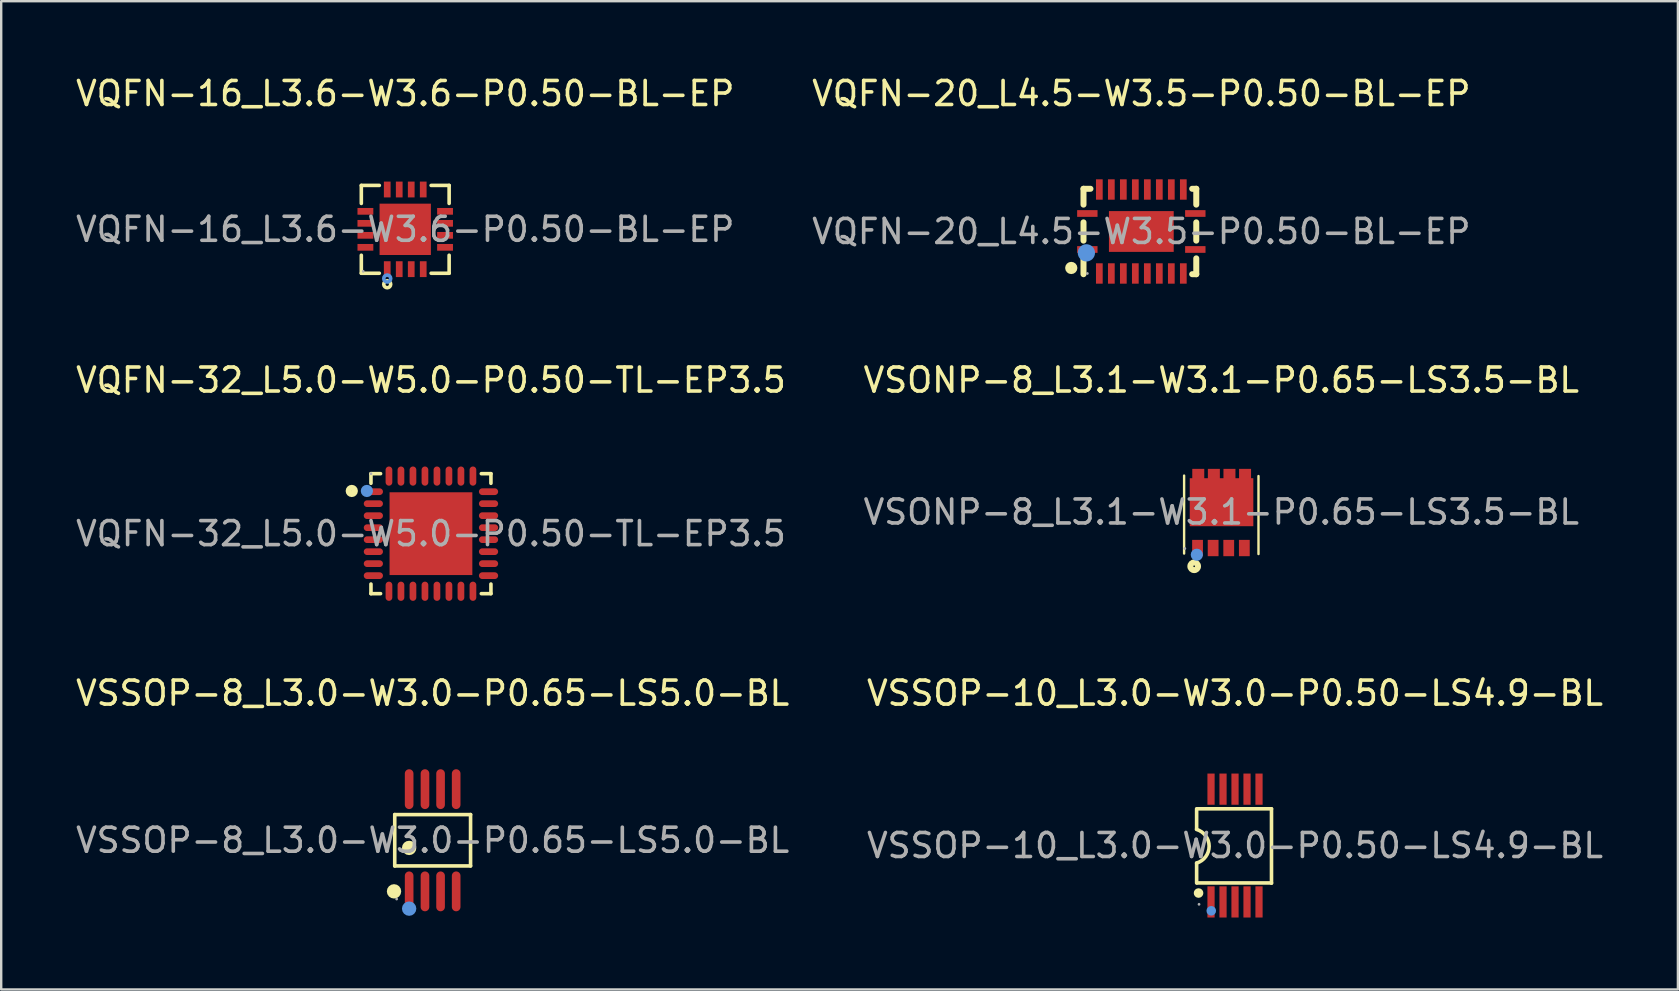
<source format=kicad_pcb>
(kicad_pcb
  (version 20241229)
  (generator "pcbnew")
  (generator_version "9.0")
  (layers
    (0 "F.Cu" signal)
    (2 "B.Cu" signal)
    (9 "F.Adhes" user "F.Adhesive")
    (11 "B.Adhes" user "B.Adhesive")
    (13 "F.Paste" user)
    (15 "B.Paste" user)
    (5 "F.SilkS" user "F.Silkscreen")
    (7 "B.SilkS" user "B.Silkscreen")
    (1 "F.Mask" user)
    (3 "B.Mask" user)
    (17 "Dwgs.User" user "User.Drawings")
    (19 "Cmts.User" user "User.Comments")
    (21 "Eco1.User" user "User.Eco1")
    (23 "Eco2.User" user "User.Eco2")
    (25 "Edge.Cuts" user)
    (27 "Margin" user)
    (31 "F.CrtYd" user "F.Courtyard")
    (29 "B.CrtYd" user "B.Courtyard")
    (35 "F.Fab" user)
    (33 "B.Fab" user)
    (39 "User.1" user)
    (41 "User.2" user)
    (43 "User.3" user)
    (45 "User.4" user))
  (footprint "VSSOP-8_L3.0-W3.0-P0.65-LS5.0-BL"
    (layer "F.Cu")
    (at 14.982 31.97)
    (property "Reference" "VSSOP-8_L3.0-W3.0-P0.65-LS5.0-BL" (at 0 -6.13 0) (layer "F.SilkS") (effects (font (size 1 1) (thickness 0.15))))
    (attr smd)
    (fp_line (start -1.58 -1.07) (end 1.58 -1.07) (stroke (width 0.15) (type solid)) (layer "F.SilkS"))
    (fp_line (start -1.58 1.07) (end -1.58 -1.07) (stroke (width 0.15) (type solid)) (layer "F.SilkS"))
    (fp_line (start 1.58 -1.07) (end 1.58 1.07) (stroke (width 0.15) (type solid)) (layer "F.SilkS"))
    (fp_line (start 1.58 1.07) (end -1.58 1.07) (stroke (width 0.15) (type solid)) (layer "F.SilkS"))
    (fp_circle (center -1.61 2.13) (end -1.46 2.13) (stroke (width 0.3) (type solid)) (fill no) (layer "F.SilkS"))
    (fp_circle (center -0.98 0.32) (end -0.83 0.32) (stroke (width 0.3) (type solid)) (fill no) (layer "F.SilkS"))
    (fp_circle (center -0.98 2.85) (end -0.83 2.85) (stroke (width 0.3) (type solid)) (fill no) (layer "Cmts.User"))
    (fp_circle (center -1.5 2.45) (end -1.47 2.45) (stroke (width 0.06) (type solid)) (fill no) (layer "F.Fab"))
    (fp_text user "${REFERENCE}" (at 0 0 0) (layer "F.Fab") (effects (font (size 1 1) (thickness 0.15))))
    (pad "1" smd oval (at -0.98 2.13) (size 0.36 1.66) (layers "F.Cu" "F.Mask" "F.Paste"))
    (pad "2" smd oval (at -0.32 2.13) (size 0.36 1.66) (layers "F.Cu" "F.Mask" "F.Paste"))
    (pad "3" smd oval (at 0.33 2.13) (size 0.36 1.66) (layers "F.Cu" "F.Mask" "F.Paste"))
    (pad "4" smd oval (at 0.98 2.13) (size 0.36 1.66) (layers "F.Cu" "F.Mask" "F.Paste"))
    (pad "5" smd oval (at 0.98 -2.13) (size 0.36 1.66) (layers "F.Cu" "F.Mask" "F.Paste"))
    (pad "6" smd oval (at 0.33 -2.13) (size 0.36 1.66) (layers "F.Cu" "F.Mask" "F.Paste"))
    (pad "7" smd oval (at -0.32 -2.13) (size 0.36 1.66) (layers "F.Cu" "F.Mask" "F.Paste"))
    (pad "8" smd oval (at -0.98 -2.13) (size 0.36 1.66) (layers "F.Cu" "F.Mask" "F.Paste")))
  (footprint "VQFN-32_L5.0-W5.0-P0.50-TL-EP3.5"
    (layer "F.Cu")
    (at 14.911 19.192)
    (property "Reference" "VQFN-32_L5.0-W5.0-P0.50-TL-EP3.5" (at 0 -6.4 0) (layer "F.SilkS") (effects (font (size 1 1) (thickness 0.15))))
    (attr through_hole)
    (fp_line (start -2.5 -2.1) (end -2.5 -2.5) (stroke (width 0.15) (type solid)) (layer "F.SilkS"))
    (fp_line (start -2.5 2.1) (end -2.5 2.5) (stroke (width 0.15) (type solid)) (layer "F.SilkS"))
    (fp_line (start -2.1 -2.5) (end -2.5 -2.5) (stroke (width 0.15) (type solid)) (layer "F.SilkS"))
    (fp_line (start -2.1 2.5) (end -2.5 2.5) (stroke (width 0.15) (type solid)) (layer "F.SilkS"))
    (fp_line (start 2.1 -2.5) (end 2.5 -2.5) (stroke (width 0.15) (type solid)) (layer "F.SilkS"))
    (fp_line (start 2.1 2.5) (end 2.5 2.5) (stroke (width 0.15) (type solid)) (layer "F.SilkS"))
    (fp_line (start 2.5 -2.1) (end 2.5 -2.5) (stroke (width 0.15) (type solid)) (layer "F.SilkS"))
    (fp_line (start 2.5 2.1) (end 2.5 2.5) (stroke (width 0.15) (type solid)) (layer "F.SilkS"))
    (fp_circle (center -3.3 -1.78) (end -3.17 -1.78) (stroke (width 0.25) (type solid)) (fill no) (layer "F.SilkS"))
    (fp_circle (center -2.67 -1.78) (end -2.54 -1.78) (stroke (width 0.25) (type solid)) (fill no) (layer "Cmts.User"))
    (fp_circle (center -2.5 -2.5) (end -2.47 -2.5) (stroke (width 0.06) (type solid)) (fill no) (layer "F.Fab"))
    (fp_text user "${REFERENCE}" (at 0 0 0) (layer "F.Fab") (effects (font (size 1 1) (thickness 0.15))))
    (pad "1" smd oval (at -2.4 -1.75) (size 0.8 0.28) (layers "F.Cu" "F.Mask" "F.Paste"))
    (pad "2" smd oval (at -2.4 -1.25) (size 0.8 0.28) (layers "F.Cu" "F.Mask" "F.Paste"))
    (pad "3" smd oval (at -2.4 -0.75) (size 0.8 0.28) (layers "F.Cu" "F.Mask" "F.Paste"))
    (pad "4" smd oval (at -2.4 -0.25) (size 0.8 0.28) (layers "F.Cu" "F.Mask" "F.Paste"))
    (pad "5" smd oval (at -2.4 0.25) (size 0.8 0.28) (layers "F.Cu" "F.Mask" "F.Paste"))
    (pad "6" smd oval (at -2.4 0.75) (size 0.8 0.28) (layers "F.Cu" "F.Mask" "F.Paste"))
    (pad "7" smd oval (at -2.4 1.25) (size 0.8 0.28) (layers "F.Cu" "F.Mask" "F.Paste"))
    (pad "8" smd oval (at -2.4 1.75) (size 0.8 0.28) (layers "F.Cu" "F.Mask" "F.Paste"))
    (pad "9" smd oval (at -1.75 2.4) (size 0.28 0.8) (layers "F.Cu" "F.Mask" "F.Paste"))
    (pad "10" smd oval (at -1.25 2.4) (size 0.28 0.8) (layers "F.Cu" "F.Mask" "F.Paste"))
    (pad "11" smd oval (at -0.75 2.4) (size 0.28 0.8) (layers "F.Cu" "F.Mask" "F.Paste"))
    (pad "12" smd oval (at -0.25 2.4) (size 0.28 0.8) (layers "F.Cu" "F.Mask" "F.Paste"))
    (pad "13" smd oval (at 0.25 2.4) (size 0.28 0.8) (layers "F.Cu" "F.Mask" "F.Paste"))
    (pad "14" smd oval (at 0.75 2.4) (size 0.28 0.8) (layers "F.Cu" "F.Mask" "F.Paste"))
    (pad "15" smd oval (at 1.25 2.4) (size 0.28 0.8) (layers "F.Cu" "F.Mask" "F.Paste"))
    (pad "16" smd oval (at 1.75 2.4) (size 0.28 0.8) (layers "F.Cu" "F.Mask" "F.Paste"))
    (pad "17" smd oval (at 2.4 1.75) (size 0.8 0.28) (layers "F.Cu" "F.Mask" "F.Paste"))
    (pad "18" smd oval (at 2.4 1.25) (size 0.8 0.28) (layers "F.Cu" "F.Mask" "F.Paste"))
    (pad "19" smd oval (at 2.4 0.75) (size 0.8 0.28) (layers "F.Cu" "F.Mask" "F.Paste"))
    (pad "20" smd oval (at 2.4 0.25) (size 0.8 0.28) (layers "F.Cu" "F.Mask" "F.Paste"))
    (pad "21" smd oval (at 2.4 -0.25) (size 0.8 0.28) (layers "F.Cu" "F.Mask" "F.Paste"))
    (pad "22" smd oval (at 2.4 -0.75) (size 0.8 0.28) (layers "F.Cu" "F.Mask" "F.Paste"))
    (pad "23" smd oval (at 2.4 -1.25) (size 0.8 0.28) (layers "F.Cu" "F.Mask" "F.Paste"))
    (pad "24" smd oval (at 2.4 -1.75) (size 0.8 0.28) (layers "F.Cu" "F.Mask" "F.Paste"))
    (pad "25" smd oval (at 1.75 -2.4) (size 0.28 0.8) (layers "F.Cu" "F.Mask" "F.Paste"))
    (pad "26" smd oval (at 1.25 -2.4) (size 0.28 0.8) (layers "F.Cu" "F.Mask" "F.Paste"))
    (pad "27" smd oval (at 0.75 -2.4) (size 0.28 0.8) (layers "F.Cu" "F.Mask" "F.Paste"))
    (pad "28" smd oval (at 0.25 -2.4) (size 0.28 0.8) (layers "F.Cu" "F.Mask" "F.Paste"))
    (pad "29" smd oval (at -0.25 -2.4) (size 0.28 0.8) (layers "F.Cu" "F.Mask" "F.Paste"))
    (pad "30" smd oval (at -0.75 -2.4) (size 0.28 0.8) (layers "F.Cu" "F.Mask" "F.Paste"))
    (pad "31" smd oval (at -1.25 -2.4) (size 0.28 0.8) (layers "F.Cu" "F.Mask" "F.Paste"))
    (pad "32" smd oval (at -1.75 -2.4) (size 0.28 0.8) (layers "F.Cu" "F.Mask" "F.Paste"))
    (pad "33" smd rect (at 0 0) (size 3.45 3.45) (layers "F.Cu" "F.Mask" "F.Paste")))
  (footprint "VSONP-8_L3.1-W3.1-P0.65-LS3.5-BL"
    (layer "F.Cu")
    (at 47.851 18.291)
    (property "Reference" "VSONP-8_L3.1-W3.1-P0.65-LS3.5-BL" (at 0 -5.5 0) (layer "F.SilkS") (effects (font (size 1 1) (thickness 0.15))))
    (attr smd)
    (fp_line (start -1.55 1.73) (end -1.55 -1.52) (stroke (width 0.1) (type solid)) (layer "F.SilkS"))
    (fp_line (start 1.55 1.75) (end 1.55 -1.5) (stroke (width 0.1) (type solid)) (layer "F.SilkS"))
    (fp_circle (center -1.13 2.26) (end -0.97 2.26) (stroke (width 0.25) (type solid)) (fill no) (layer "F.SilkS"))
    (fp_circle (center -1.02 1.78) (end -0.89 1.78) (stroke (width 0.25) (type solid)) (fill no) (layer "Cmts.User"))
    (fp_circle (center -1.52 1.52) (end -1.49 1.52) (stroke (width 0.06) (type solid)) (fill no) (layer "F.Fab"))
    (fp_text user "${REFERENCE}" (at 0 0 0) (layer "F.Fab") (effects (font (size 1 1) (thickness 0.15))))
    (pad "1" smd rect (at -0.99 1.5 90) (size 0.68 0.45) (layers "F.Cu" "F.Mask" "F.Paste"))
    (pad "2" smd rect (at -0.34 1.5 90) (size 0.68 0.45) (layers "F.Cu" "F.Mask" "F.Paste"))
    (pad "3" smd rect (at 0.31 1.5 90) (size 0.68 0.45) (layers "F.Cu" "F.Mask" "F.Paste"))
    (pad "4" smd rect (at 0.96 1.5 90) (size 0.68 0.45) (layers "F.Cu" "F.Mask" "F.Paste"))
    (pad "5" smd rect (at 0.99 -1.5 90) (size 0.6 0.5) (layers "F.Cu" "F.Mask" "F.Paste"))
    (pad "6" smd rect (at 0.34 -1.5 90) (size 0.6 0.5) (layers "F.Cu" "F.Mask" "F.Paste"))
    (pad "7" smd rect (at -0.31 -1.5 90) (size 0.6 0.5) (layers "F.Cu" "F.Mask" "F.Paste"))
    (pad "8" smd rect (at -0.96 -1.5 90) (size 0.6 0.5) (layers "F.Cu" "F.Mask" "F.Paste"))
    (pad "9" smd rect (at 0.01 -0.41) (size 2.65 2) (layers "F.Cu" "F.Mask" "F.Paste")))
  (footprint "VQFN-20_L4.5-W3.5-P0.50-BL-EP"
    (layer "F.Cu")
    (at 44.518 6.598)
    (property "Reference" "VQFN-20_L4.5-W3.5-P0.50-BL-EP" (at 0 -5.75 0) (layer "F.SilkS") (effects (font (size 1 1) (thickness 0.15))))
    (attr smd)
    (fp_line (start -2.41 -1.78) (end -2.41 -1.12) (stroke (width 0.25) (type solid)) (layer "F.SilkS"))
    (fp_line (start -2.41 -1.78) (end -2.12 -1.78) (stroke (width 0.25) (type solid)) (layer "F.SilkS"))
    (fp_line (start -2.41 -0.38) (end -2.41 0.38) (stroke (width 0.25) (type solid)) (layer "F.SilkS"))
    (fp_line (start -2.41 1.12) (end -2.41 1.78) (stroke (width 0.25) (type solid)) (layer "F.SilkS"))
    (fp_line (start 2.12 -1.78) (end 2.29 -1.78) (stroke (width 0.25) (type solid)) (layer "F.SilkS"))
    (fp_line (start 2.29 -1.78) (end 2.29 -1.12) (stroke (width 0.25) (type solid)) (layer "F.SilkS"))
    (fp_line (start 2.29 -0.38) (end 2.29 0.38) (stroke (width 0.25) (type solid)) (layer "F.SilkS"))
    (fp_line (start 2.29 1.12) (end 2.29 1.78) (stroke (width 0.25) (type solid)) (layer "F.SilkS"))
    (fp_line (start 2.29 1.78) (end 2.12 1.78) (stroke (width 0.25) (type solid)) (layer "F.SilkS"))
    (fp_circle (center -2.92 1.52) (end -2.79 1.52) (stroke (width 0.25) (type solid)) (fill no) (layer "F.SilkS"))
    (fp_circle (center -2.29 0.89) (end -2.11 0.89) (stroke (width 0.36) (type solid)) (fill no) (layer "Cmts.User"))
    (fp_circle (center -2.25 1.75) (end -2.22 1.75) (stroke (width 0.06) (type solid)) (fill no) (layer "F.Fab"))
    (fp_text user "${REFERENCE}" (at 0 0 0) (layer "F.Fab") (effects (font (size 1 1) (thickness 0.15))))
    (pad "1" smd rect (at -2.25 0.75) (size 0.85 0.28) (layers "F.Cu" "F.Mask" "F.Paste"))
    (pad "2" smd rect (at -1.75 1.75) (size 0.28 0.85) (layers "F.Cu" "F.Mask" "F.Paste"))
    (pad "3" smd rect (at -1.25 1.75) (size 0.28 0.85) (layers "F.Cu" "F.Mask" "F.Paste"))
    (pad "4" smd rect (at -0.75 1.75) (size 0.28 0.85) (layers "F.Cu" "F.Mask" "F.Paste"))
    (pad "5" smd rect (at -0.25 1.75) (size 0.28 0.85) (layers "F.Cu" "F.Mask" "F.Paste"))
    (pad "6" smd rect (at 0.25 1.75) (size 0.28 0.85) (layers "F.Cu" "F.Mask" "F.Paste"))
    (pad "7" smd rect (at 0.75 1.75) (size 0.28 0.85) (layers "F.Cu" "F.Mask" "F.Paste"))
    (pad "8" smd rect (at 1.25 1.75) (size 0.28 0.85) (layers "F.Cu" "F.Mask" "F.Paste"))
    (pad "9" smd rect (at 1.75 1.75) (size 0.28 0.85) (layers "F.Cu" "F.Mask" "F.Paste"))
    (pad "10" smd rect (at 2.25 0.75) (size 0.85 0.28) (layers "F.Cu" "F.Mask" "F.Paste"))
    (pad "11" smd rect (at 2.25 -0.75) (size 0.85 0.28) (layers "F.Cu" "F.Mask" "F.Paste"))
    (pad "12" smd rect (at 1.75 -1.75) (size 0.28 0.85) (layers "F.Cu" "F.Mask" "F.Paste"))
    (pad "13" smd rect (at 1.25 -1.75) (size 0.28 0.85) (layers "F.Cu" "F.Mask" "F.Paste"))
    (pad "14" smd rect (at 0.75 -1.75) (size 0.28 0.85) (layers "F.Cu" "F.Mask" "F.Paste"))
    (pad "15" smd rect (at 0.25 -1.75) (size 0.28 0.85) (layers "F.Cu" "F.Mask" "F.Paste"))
    (pad "16" smd rect (at -0.25 -1.75) (size 0.28 0.85) (layers "F.Cu" "F.Mask" "F.Paste"))
    (pad "17" smd rect (at -0.75 -1.75) (size 0.28 0.85) (layers "F.Cu" "F.Mask" "F.Paste"))
    (pad "18" smd rect (at -1.25 -1.75) (size 0.28 0.85) (layers "F.Cu" "F.Mask" "F.Paste"))
    (pad "19" smd rect (at -1.75 -1.75) (size 0.28 0.85) (layers "F.Cu" "F.Mask" "F.Paste"))
    (pad "20" smd rect (at -2.25 -0.75) (size 0.85 0.28) (layers "F.Cu" "F.Mask" "F.Paste"))
    (pad "21" smd rect (at 0 0 90) (size 1.7 2.7) (layers "F.Cu" "F.Mask" "F.Paste")))
  (footprint "VSSOP-10_L3.0-W3.0-P0.50-LS4.9-BL"
    (layer "F.Cu")
    (at 48.423 32.19)
    (property "Reference" "VSSOP-10_L3.0-W3.0-P0.50-LS4.9-BL" (at 0 -6.35 0) (layer "F.SilkS") (effects (font (size 1 1) (thickness 0.15))))
    (attr smd)
    (fp_line (start -1.6 -1.53) (end -1.6 -0.7) (stroke (width 0.15) (type solid)) (layer "F.SilkS"))
    (fp_line (start -1.6 0.73) (end -1.6 1.56) (stroke (width 0.15) (type solid)) (layer "F.SilkS"))
    (fp_line (start -1.58 -1.53) (end 1.52 -1.53) (stroke (width 0.15) (type solid)) (layer "F.SilkS"))
    (fp_line (start -1.58 1.56) (end 1.52 1.56) (stroke (width 0.15) (type solid)) (layer "F.SilkS"))
    (fp_line (start 1.52 1.57) (end 1.52 -1.53) (stroke (width 0.15) (type solid)) (layer "F.SilkS"))
    (fp_arc (start -1.605241 -0.671551) (mid -1.079184 0.027267) (end -1.6 0.73) (stroke (width 0.15) (type solid)) (layer "F.SilkS"))
    (fp_circle (center -1.52 1.98) (end -1.42 1.98) (stroke (width 0.2) (type solid)) (fill no) (layer "F.SilkS"))
    (fp_circle (center -0.99 2.72) (end -0.89 2.72) (stroke (width 0.2) (type solid)) (fill no) (layer "Cmts.User"))
    (fp_circle (center -1.5 2.45) (end -1.47 2.45) (stroke (width 0.06) (type solid)) (fill no) (layer "F.Fab"))
    (fp_text user "${REFERENCE}" (at 0 0 0) (layer "F.Fab") (effects (font (size 1 1) (thickness 0.15))))
    (pad "1" smd rect (at -1 2.35) (size 0.3 1.3) (layers "F.Cu" "F.Mask" "F.Paste"))
    (pad "2" smd rect (at -0.5 2.35) (size 0.3 1.3) (layers "F.Cu" "F.Mask" "F.Paste"))
    (pad "3" smd rect (at 0 2.35) (size 0.3 1.3) (layers "F.Cu" "F.Mask" "F.Paste"))
    (pad "4" smd rect (at 0.5 2.35) (size 0.3 1.3) (layers "F.Cu" "F.Mask" "F.Paste"))
    (pad "5" smd rect (at 1 2.35) (size 0.3 1.3) (layers "F.Cu" "F.Mask" "F.Paste"))
    (pad "6" smd rect (at 1 -2.35) (size 0.3 1.3) (layers "F.Cu" "F.Mask" "F.Paste"))
    (pad "7" smd rect (at 0.5 -2.35) (size 0.3 1.3) (layers "F.Cu" "F.Mask" "F.Paste"))
    (pad "8" smd rect (at 0 -2.35) (size 0.3 1.3) (layers "F.Cu" "F.Mask" "F.Paste"))
    (pad "9" smd rect (at -0.5 -2.35) (size 0.3 1.3) (layers "F.Cu" "F.Mask" "F.Paste"))
    (pad "10" smd rect (at -1 -2.35) (size 0.3 1.3) (layers "F.Cu" "F.Mask" "F.Paste")))
  (footprint "VQFN-16_L3.6-W3.6-P0.50-BL-EP"
    (layer "F.Cu")
    (at 13.839 6.508)
    (property "Reference" "VQFN-16_L3.6-W3.6-P0.50-BL-EP" (at 0 -5.66 0) (layer "F.SilkS") (effects (font (size 1 1) (thickness 0.15))))
    (attr smd)
    (fp_line (start -1.83 -1.83) (end -1.08 -1.83) (stroke (width 0.15) (type solid)) (layer "F.SilkS"))
    (fp_line (start -1.83 -1.08) (end -1.83 -1.83) (stroke (width 0.15) (type solid)) (layer "F.SilkS"))
    (fp_line (start -1.83 1.08) (end -1.83 1.83) (stroke (width 0.15) (type solid)) (layer "F.SilkS"))
    (fp_line (start -1.83 1.83) (end -1.08 1.83) (stroke (width 0.15) (type solid)) (layer "F.SilkS"))
    (fp_line (start 1.83 -1.83) (end 1.08 -1.83) (stroke (width 0.15) (type solid)) (layer "F.SilkS"))
    (fp_line (start 1.83 -1.08) (end 1.83 -1.83) (stroke (width 0.15) (type solid)) (layer "F.SilkS"))
    (fp_line (start 1.83 1.08) (end 1.83 1.83) (stroke (width 0.15) (type solid)) (layer "F.SilkS"))
    (fp_line (start 1.83 1.83) (end 1.08 1.83) (stroke (width 0.15) (type solid)) (layer "F.SilkS"))
    (fp_circle (center -0.75 2.29) (end -0.68 2.29) (stroke (width 0.15) (type solid)) (fill no) (layer "F.SilkS"))
    (fp_circle (center -0.75 2.05) (end -0.68 2.05) (stroke (width 0.15) (type solid)) (fill no) (layer "Cmts.User"))
    (fp_circle (center -1.75 1.75) (end -1.72 1.75) (stroke (width 0.06) (type solid)) (fill no) (layer "F.Fab"))
    (fp_text user "${REFERENCE}" (at 0 0 0) (layer "F.Fab") (effects (font (size 1 1) (thickness 0.15))))
    (pad "1" smd rect (at -0.75 1.66) (size 0.28 0.66) (layers "F.Cu" "F.Mask" "F.Paste"))
    (pad "2" smd rect (at -0.25 1.66) (size 0.28 0.66) (layers "F.Cu" "F.Mask" "F.Paste"))
    (pad "3" smd rect (at 0.25 1.66) (size 0.28 0.66) (layers "F.Cu" "F.Mask" "F.Paste"))
    (pad "4" smd rect (at 0.75 1.66) (size 0.28 0.66) (layers "F.Cu" "F.Mask" "F.Paste"))
    (pad "5" smd rect (at 1.66 0.75) (size 0.66 0.28) (layers "F.Cu" "F.Mask" "F.Paste"))
    (pad "6" smd rect (at 1.66 0.25) (size 0.66 0.28) (layers "F.Cu" "F.Mask" "F.Paste"))
    (pad "7" smd rect (at 1.66 -0.25) (size 0.66 0.28) (layers "F.Cu" "F.Mask" "F.Paste"))
    (pad "8" smd rect (at 1.66 -0.75) (size 0.66 0.28) (layers "F.Cu" "F.Mask" "F.Paste"))
    (pad "9" smd rect (at 0.75 -1.66) (size 0.28 0.66) (layers "F.Cu" "F.Mask" "F.Paste"))
    (pad "10" smd rect (at 0.25 -1.66) (size 0.28 0.66) (layers "F.Cu" "F.Mask" "F.Paste"))
    (pad "11" smd rect (at -0.25 -1.66) (size 0.28 0.66) (layers "F.Cu" "F.Mask" "F.Paste"))
    (pad "12" smd rect (at -0.75 -1.66) (size 0.28 0.66) (layers "F.Cu" "F.Mask" "F.Paste"))
    (pad "13" smd rect (at -1.66 -0.75) (size 0.66 0.28) (layers "F.Cu" "F.Mask" "F.Paste"))
    (pad "14" smd rect (at -1.66 -0.25) (size 0.66 0.28) (layers "F.Cu" "F.Mask" "F.Paste"))
    (pad "15" smd rect (at -1.66 0.25) (size 0.66 0.28) (layers "F.Cu" "F.Mask" "F.Paste"))
    (pad "16" smd rect (at -1.66 0.75) (size 0.66 0.28) (layers "F.Cu" "F.Mask" "F.Paste"))
    (pad "17" smd rect (at 0 0) (size 2.14 2.14) (layers "F.Cu" "F.Mask" "F.Paste")))
  (gr_rect
    (start -3 -3)
    (end 66.881 38.19)
    (stroke (width 0.1) (type default))
    (fill no)
    (layer "Edge.Cuts")))
</source>
